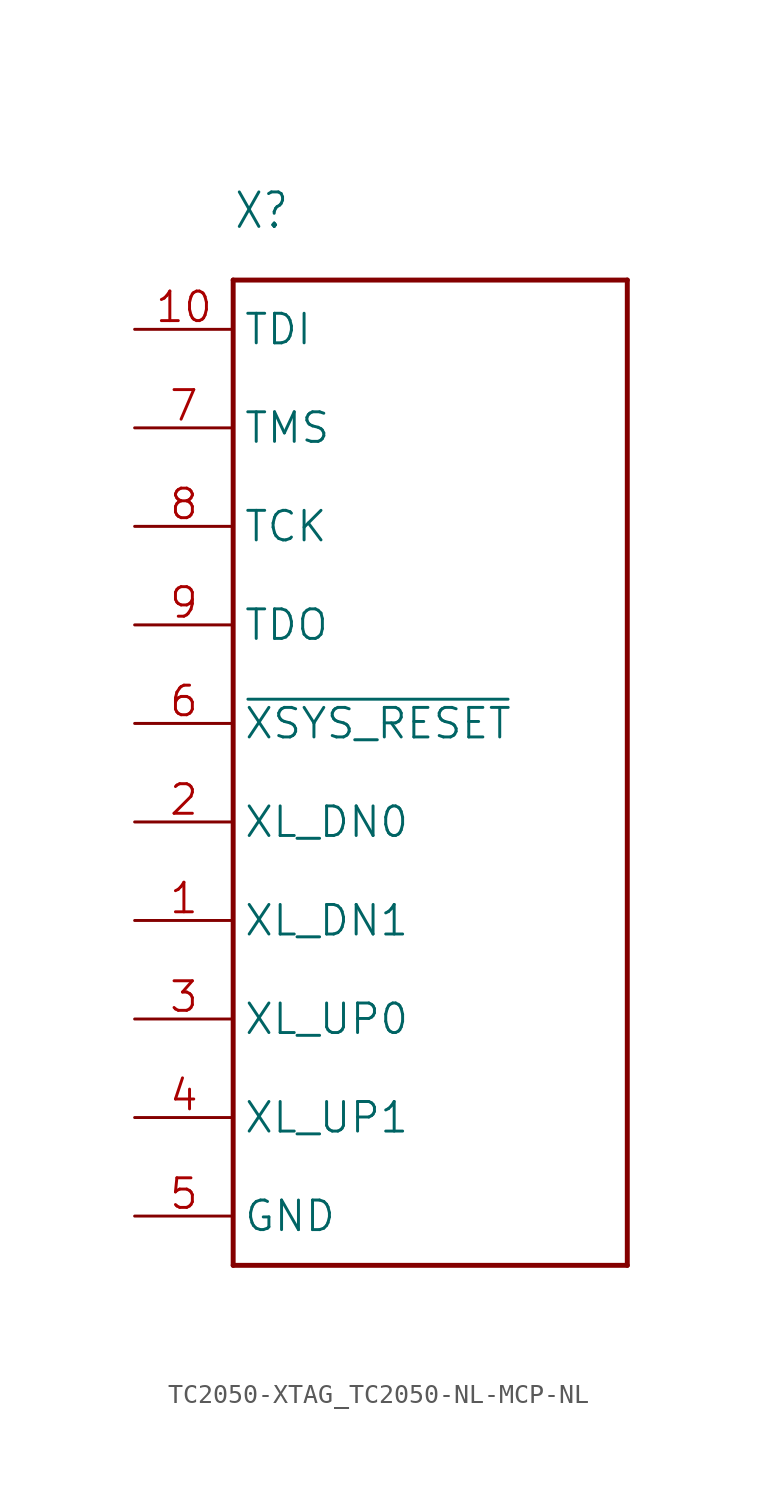
<source format=kicad_sym>
(kicad_symbol_lib
  (version 20241209)
  (generator "kicad_symbol_editor")
  (generator_version "9.0")
  (symbol "TC2050-XTAG_TC2050-NL-MCP-NL"
    (property "Reference" "X"
      (at -12.7 17.78 0)
      (effects (font (size 1.778 1.511)) (justify left bottom)))
    (property "ki_locked" ""
      (at 0 0 0)
      (effects (font (size 1.27 1.27))))
    (symbol "TC2050-XTAG_TC2050-NL-MCP-NL_1_0"
      (polyline (pts (xy -12.7 15.24) (xy -12.7 -35.56)) (stroke (width 0.254) (type solid)) (fill (type none)))
      (polyline (pts (xy -12.7 -35.56) (xy 7.62 -35.56)) (stroke (width 0.254) (type solid)) (fill (type none)))
      (polyline (pts (xy 7.62 15.24) (xy -12.7 15.24)) (stroke (width 0.254) (type solid)) (fill (type none)))
      (polyline (pts (xy 7.62 -35.56) (xy 7.62 15.24)) (stroke (width 0.254) (type solid)) (fill (type none)))
      (pin bidirectional line (at -17.78 12.7 0) (length 5.08) (name "TDI" (effects (font (size 1.524 1.524)))) (number "10" (effects (font (size 1.524 1.524)))))
      (pin bidirectional line (at -17.78 7.62 0) (length 5.08) (name "TMS" (effects (font (size 1.524 1.524)))) (number "7" (effects (font (size 1.524 1.524)))))
      (pin bidirectional line (at -17.78 2.54 0) (length 5.08) (name "TCK" (effects (font (size 1.524 1.524)))) (number "8" (effects (font (size 1.524 1.524)))))
      (pin bidirectional line (at -17.78 -2.54 0) (length 5.08) (name "TDO" (effects (font (size 1.524 1.524)))) (number "9" (effects (font (size 1.524 1.524)))))
      (pin bidirectional line (at -17.78 -7.62 0) (length 5.08) (name "~{XSYS_RESET}" (effects (font (size 1.524 1.524)))) (number "6" (effects (font (size 1.524 1.524)))))
      (pin bidirectional line (at -17.78 -12.7 0) (length 5.08) (name "XL_DN0" (effects (font (size 1.524 1.524)))) (number "2" (effects (font (size 1.524 1.524)))))
      (pin bidirectional line (at -17.78 -17.78 0) (length 5.08) (name "XL_DN1" (effects (font (size 1.524 1.524)))) (number "1" (effects (font (size 1.524 1.524)))))
      (pin bidirectional line (at -17.78 -22.86 0) (length 5.08) (name "XL_UP0" (effects (font (size 1.524 1.524)))) (number "3" (effects (font (size 1.524 1.524)))))
      (pin bidirectional line (at -17.78 -27.94 0) (length 5.08) (name "XL_UP1" (effects (font (size 1.524 1.524)))) (number "4" (effects (font (size 1.524 1.524)))))
      (pin bidirectional line (at -17.78 -33.02 0) (length 5.08) (name "GND" (effects (font (size 1.524 1.524)))) (number "5" (effects (font (size 1.524 1.524))))))))
</source>
